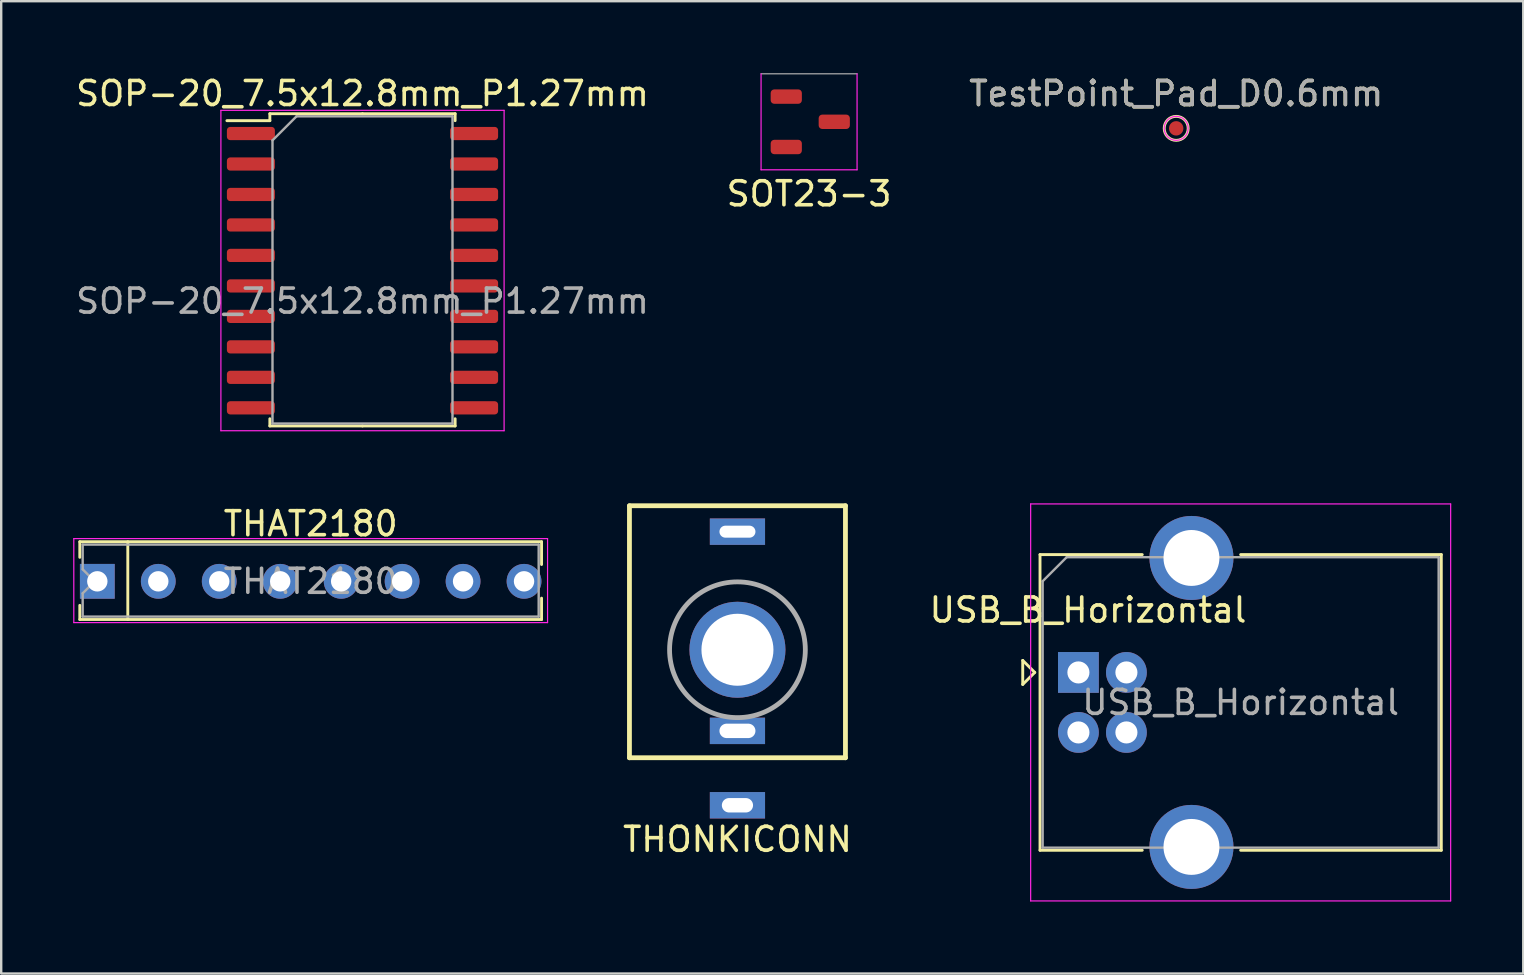
<source format=kicad_pcb>
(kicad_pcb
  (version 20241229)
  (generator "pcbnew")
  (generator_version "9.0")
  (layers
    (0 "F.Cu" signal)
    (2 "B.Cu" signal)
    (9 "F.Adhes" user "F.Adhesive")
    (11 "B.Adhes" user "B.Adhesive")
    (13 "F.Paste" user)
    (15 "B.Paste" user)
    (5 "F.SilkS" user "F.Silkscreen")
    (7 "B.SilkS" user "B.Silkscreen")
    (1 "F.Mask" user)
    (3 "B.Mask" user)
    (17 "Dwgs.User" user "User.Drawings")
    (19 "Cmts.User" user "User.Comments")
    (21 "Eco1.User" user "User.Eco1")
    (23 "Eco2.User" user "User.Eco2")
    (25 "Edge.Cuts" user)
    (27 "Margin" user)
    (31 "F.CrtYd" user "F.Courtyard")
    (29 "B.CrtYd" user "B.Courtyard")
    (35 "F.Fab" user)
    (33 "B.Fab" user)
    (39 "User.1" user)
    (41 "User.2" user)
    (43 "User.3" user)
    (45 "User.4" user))
  (footprint "SOP-20_7.5x12.8mm_P1.27mm"
    (layer "F.Cu")
    (at 12.054 9.498)
    (property "Reference" "SOP-20_7.5x12.8mm_P1.27mm" (at 0 -8.65 0) (layer "F.SilkS") (effects (font (size 1 1) (thickness 0.15))))
    (attr smd)
    (fp_line (start -3.86 -7.81) (end -3.86 -7.52) (stroke (width 0.12) (type solid)) (layer "F.SilkS"))
    (fp_line (start -3.86 -7.52) (end -5.65 -7.52) (stroke (width 0.12) (type solid)) (layer "F.SilkS"))
    (fp_line (start -3.86 5.2) (end -3.86 4.9) (stroke (width 0.12) (type solid)) (layer "F.SilkS"))
    (fp_line (start 0 -7.81) (end -3.86 -7.81) (stroke (width 0.12) (type solid)) (layer "F.SilkS"))
    (fp_line (start 0 -7.81) (end 3.86 -7.81) (stroke (width 0.12) (type solid)) (layer "F.SilkS"))
    (fp_line (start 0 5.2) (end -3.86 5.2) (stroke (width 0.12) (type solid)) (layer "F.SilkS"))
    (fp_line (start 0 5.2) (end 3.86 5.2) (stroke (width 0.12) (type solid)) (layer "F.SilkS"))
    (fp_line (start 3.86 -7.81) (end 3.86 -7.52) (stroke (width 0.12) (type solid)) (layer "F.SilkS"))
    (fp_line (start 3.86 5.2) (end 3.86 4.9) (stroke (width 0.12) (type solid)) (layer "F.SilkS"))
    (fp_line (start -5.9 -7.95) (end -5.9 5.4) (stroke (width 0.05) (type solid)) (layer "F.CrtYd"))
    (fp_line (start -5.9 5.4) (end 5.9 5.4) (stroke (width 0.05) (type solid)) (layer "F.CrtYd"))
    (fp_line (start 5.9 -7.95) (end -5.9 -7.95) (stroke (width 0.05) (type solid)) (layer "F.CrtYd"))
    (fp_line (start 5.9 5.4) (end 5.9 -7.95) (stroke (width 0.05) (type solid)) (layer "F.CrtYd"))
    (fp_line (start -3.75 -6.7) (end -2.75 -7.7) (stroke (width 0.1) (type solid)) (layer "F.Fab"))
    (fp_line (start -3.75 5.1) (end -3.75 -6.7) (stroke (width 0.1) (type solid)) (layer "F.Fab"))
    (fp_line (start -2.75 -7.7) (end 3.75 -7.7) (stroke (width 0.1) (type solid)) (layer "F.Fab"))
    (fp_line (start 3.75 -7.7) (end 3.75 5.1) (stroke (width 0.1) (type solid)) (layer "F.Fab"))
    (fp_line (start 3.75 5.1) (end -3.75 5.1) (stroke (width 0.1) (type solid)) (layer "F.Fab"))
    (fp_text user "${REFERENCE}" (at 0 0 0) (layer "F.Fab") (effects (font (size 1 1) (thickness 0.15))))
    (pad "1" smd roundrect (at -4.65 -6.985) (size 2 0.55) (layers "F.Cu" "F.Mask" "F.Paste") (roundrect_rratio 0.25))
    (pad "2" smd roundrect (at -4.65 -5.715) (size 2 0.55) (layers "F.Cu" "F.Mask" "F.Paste") (roundrect_rratio 0.25))
    (pad "3" smd roundrect (at -4.65 -4.445) (size 2 0.55) (layers "F.Cu" "F.Mask" "F.Paste") (roundrect_rratio 0.25))
    (pad "4" smd roundrect (at -4.65 -3.175) (size 2 0.55) (layers "F.Cu" "F.Mask" "F.Paste") (roundrect_rratio 0.25))
    (pad "5" smd roundrect (at -4.65 -1.905) (size 2 0.55) (layers "F.Cu" "F.Mask" "F.Paste") (roundrect_rratio 0.25))
    (pad "6" smd roundrect (at -4.65 -0.635) (size 2 0.55) (layers "F.Cu" "F.Mask" "F.Paste") (roundrect_rratio 0.25))
    (pad "7" smd roundrect (at -4.65 0.635) (size 2 0.55) (layers "F.Cu" "F.Mask" "F.Paste") (roundrect_rratio 0.25))
    (pad "8" smd roundrect (at -4.65 1.905) (size 2 0.55) (layers "F.Cu" "F.Mask" "F.Paste") (roundrect_rratio 0.25))
    (pad "9" smd roundrect (at -4.65 3.175) (size 2 0.55) (layers "F.Cu" "F.Mask" "F.Paste") (roundrect_rratio 0.25))
    (pad "10" smd roundrect (at -4.65 4.445) (size 2 0.55) (layers "F.Cu" "F.Mask" "F.Paste") (roundrect_rratio 0.25))
    (pad "11" smd roundrect (at 4.65 4.445) (size 2 0.55) (layers "F.Cu" "F.Mask" "F.Paste") (roundrect_rratio 0.25))
    (pad "12" smd roundrect (at 4.65 3.175) (size 2 0.55) (layers "F.Cu" "F.Mask" "F.Paste") (roundrect_rratio 0.25))
    (pad "13" smd roundrect (at 4.65 1.905) (size 2 0.55) (layers "F.Cu" "F.Mask" "F.Paste") (roundrect_rratio 0.25))
    (pad "14" smd roundrect (at 4.65 0.635) (size 2 0.55) (layers "F.Cu" "F.Mask" "F.Paste") (roundrect_rratio 0.25))
    (pad "15" smd roundrect (at 4.65 -0.635) (size 2 0.55) (layers "F.Cu" "F.Mask" "F.Paste") (roundrect_rratio 0.25))
    (pad "16" smd roundrect (at 4.65 -1.905) (size 2 0.55) (layers "F.Cu" "F.Mask" "F.Paste") (roundrect_rratio 0.25))
    (pad "17" smd roundrect (at 4.65 -3.175) (size 2 0.55) (layers "F.Cu" "F.Mask" "F.Paste") (roundrect_rratio 0.25))
    (pad "18" smd roundrect (at 4.65 -4.445) (size 2 0.55) (layers "F.Cu" "F.Mask" "F.Paste") (roundrect_rratio 0.25))
    (pad "19" smd roundrect (at 4.65 -5.715) (size 2 0.55) (layers "F.Cu" "F.Mask" "F.Paste") (roundrect_rratio 0.25))
    (pad "20" smd roundrect (at 4.65 -6.985) (size 2 0.55) (layers "F.Cu" "F.Mask" "F.Paste") (roundrect_rratio 0.25)))
  (footprint "TestPoint_Pad_D0.6mm"
    (layer "F.Cu")
    (at 45.958 2.298)
    (property "Reference" "TestPoint_Pad_D0.6mm" (at 0 -1.448 0) (layer "F.SilkS") (effects (font (size 1 1) (thickness 0.15))))
    (attr exclude_from_pos_files exclude_from_bom)
    (fp_circle (center 0 0) (end 0.5 0) (stroke (width 0.12) (type solid)) (fill no) (layer "F.SilkS"))
    (fp_circle (center 0 0) (end 0.5 0) (stroke (width 0.05) (type solid)) (fill no) (layer "F.CrtYd"))
    (fp_text user "${REFERENCE}" (at 0 -1.45 0) (layer "F.Fab") (effects (font (size 1 1) (thickness 0.15))))
    (pad "1" smd circle (at 0 0) (size 0.6 0.6) (layers "F.Cu" "F.Mask")))
  (footprint "THAT2180"
    (layer "F.Cu")
    (at 1.005 21.172)
    (property "Reference" "THAT2180" (at 8.89 -2.4 0) (layer "F.SilkS") (effects (font (size 1 1) (thickness 0.15))))
    (attr through_hole)
    (fp_line (start -0.73 -1.65) (end -0.73 -1) (stroke (width 0.12) (type solid)) (layer "F.SilkS"))
    (fp_line (start -0.73 1.59) (end -0.73 1) (stroke (width 0.12) (type solid)) (layer "F.SilkS"))
    (fp_line (start 1.27 1.59) (end 1.27 -1.65) (stroke (width 0.12) (type solid)) (layer "F.SilkS"))
    (fp_line (start 18.51 -1.65) (end -0.73 -1.65) (stroke (width 0.12) (type solid)) (layer "F.SilkS"))
    (fp_line (start 18.51 -1.65) (end 18.51 -0.7) (stroke (width 0.12) (type solid)) (layer "F.SilkS"))
    (fp_line (start 18.51 1.59) (end -0.73 1.59) (stroke (width 0.12) (type solid)) (layer "F.SilkS"))
    (fp_line (start 18.51 1.59) (end 18.51 0.7) (stroke (width 0.12) (type solid)) (layer "F.SilkS"))
    (fp_line (start -0.98 -1.78) (end 18.76 -1.78) (stroke (width 0.05) (type solid)) (layer "F.CrtYd"))
    (fp_line (start -0.98 1.72) (end -0.98 -1.78) (stroke (width 0.05) (type solid)) (layer "F.CrtYd"))
    (fp_line (start 18.76 -1.78) (end 18.76 1.72) (stroke (width 0.05) (type solid)) (layer "F.CrtYd"))
    (fp_line (start 18.76 1.72) (end -0.98 1.72) (stroke (width 0.05) (type solid)) (layer "F.CrtYd"))
    (fp_line (start -0.61 -1.53) (end -0.61 -0.5) (stroke (width 0.1) (type solid)) (layer "F.Fab"))
    (fp_line (start -0.61 -0.5) (end -0.11 0) (stroke (width 0.1) (type solid)) (layer "F.Fab"))
    (fp_line (start -0.61 0.5) (end -0.61 1.47) (stroke (width 0.1) (type solid)) (layer "F.Fab"))
    (fp_line (start -0.11 0) (end -0.61 0.5) (stroke (width 0.1) (type solid)) (layer "F.Fab"))
    (fp_line (start 18.39 -1.53) (end -0.61 -1.53) (stroke (width 0.1) (type solid)) (layer "F.Fab"))
    (fp_line (start 18.39 -1.53) (end 18.39 1.47) (stroke (width 0.1) (type solid)) (layer "F.Fab"))
    (fp_line (start 18.39 1.47) (end -0.61 1.47) (stroke (width 0.1) (type solid)) (layer "F.Fab"))
    (fp_text user "${REFERENCE}" (at 8.89 0 0) (layer "F.Fab") (effects (font (size 1 1) (thickness 0.15))))
    (pad "1" thru_hole rect (at 0 0 90) (size 1.45 1.45) (drill 0.85) (layers "*.Cu" "*.Mask"))
    (pad "2" thru_hole circle (at 2.54 0 90) (size 1.45 1.45) (drill 0.85) (layers "*.Cu" "*.Mask"))
    (pad "3" thru_hole circle (at 5.08 0 90) (size 1.45 1.45) (drill 0.85) (layers "*.Cu" "*.Mask"))
    (pad "4" thru_hole circle (at 7.62 0 90) (size 1.45 1.45) (drill 0.85) (layers "*.Cu" "*.Mask"))
    (pad "5" thru_hole circle (at 10.16 0 90) (size 1.45 1.45) (drill 0.85) (layers "*.Cu" "*.Mask"))
    (pad "6" thru_hole circle (at 12.7 0 90) (size 1.45 1.45) (drill 0.85) (layers "*.Cu" "*.Mask"))
    (pad "7" thru_hole circle (at 15.24 0 90) (size 1.45 1.45) (drill 0.85) (layers "*.Cu" "*.Mask"))
    (pad "8" thru_hole circle (at 17.78 0 90) (size 1.45 1.45) (drill 0.85) (layers "*.Cu" "*.Mask")))
  (footprint "THONKICONN"
    (layer "F.Cu")
    (at 27.677 24.023)
    (property "Reference" "THONKICONN" (at 0 7.9 0) (layer "F.SilkS") (effects (font (size 1 1) (thickness 0.15))))
    (attr through_hole)
    (fp_line (start -4.5 -6) (end -4.5 4.5) (stroke (width 0.2) (type solid)) (layer "F.SilkS"))
    (fp_line (start -4.5 4.5) (end 4.5 4.5) (stroke (width 0.2) (type solid)) (layer "F.SilkS"))
    (fp_line (start 4.5 -6) (end -4.5 -6) (stroke (width 0.2) (type solid)) (layer "F.SilkS"))
    (fp_line (start 4.5 4.5) (end 4.5 -6) (stroke (width 0.2) (type solid)) (layer "F.SilkS"))
    (fp_circle (center 0 0) (end -2 -2) (stroke (width 0.2) (type solid)) (fill no) (layer "F.Fab"))
    (pad "" np_thru_hole circle (at 0 0) (size 4 4) (drill 3) (layers "*.Cu" "*.Mask"))
    (pad "1" thru_hole rect (at 0 6.48) (size 2.3 1.1) (drill oval 1.3 0.6) (layers "*.Cu" "*.Mask"))
    (pad "2" thru_hole rect (at 0 3.38) (size 2.3 1.1) (drill oval 1.5 0.6) (layers "*.Cu" "*.Mask"))
    (pad "3" thru_hole rect (at 0 -4.92) (size 2.3 1.1) (drill oval 1.5 0.5) (layers "*.Cu" "*.Mask")))
  (footprint "SOT23-3"
    (layer "F.Cu")
    (at 30.661 2.025)
    (property "Reference" "SOT23-3" (at 0 3 0) (layer "F.SilkS") (effects (font (size 1 1) (thickness 0.15))))
    (attr through_hole)
    (fp_line (start -2 -2) (end -2 2) (stroke (width 0.05) (type solid)) (layer "F.CrtYd"))
    (fp_line (start -2 2) (end 2 2) (stroke (width 0.05) (type solid)) (layer "F.CrtYd"))
    (fp_line (start 2 2) (end 2 -2) (stroke (width 0.05) (type solid)) (layer "F.CrtYd"))
    (fp_line (start 2 -2) (end -2 -2) (stroke (width 0.05) (type solid)) (layer "F.Fab"))
    (pad "1" smd roundrect (at -0.95 -1.05) (size 1.3 0.6) (layers "F.Cu" "F.Mask" "F.Paste") (roundrect_rratio 0.25))
    (pad "2" smd roundrect (at -0.95 1.05) (size 1.3 0.6) (layers "F.Cu" "F.Mask" "F.Paste") (roundrect_rratio 0.25))
    (pad "3" smd roundrect (at 1.05 0) (size 1.3 0.6) (layers "F.Cu" "F.Mask" "F.Paste") (roundrect_rratio 0.25)))
  (footprint "USB_B_Horizontal"
    (layer "F.Cu")
    (at 41.884 24.968)
    (property "Reference" "USB_B_Horizontal" (at 0.4 -2.6 0) (layer "F.SilkS") (effects (font (size 1 1) (thickness 0.15))))
    (attr through_hole)
    (fp_line (start -2.32 -0.5) (end -2.32 0.5) (stroke (width 0.12) (type solid)) (layer "F.SilkS"))
    (fp_line (start -2.32 0.5) (end -1.82 0) (stroke (width 0.12) (type solid)) (layer "F.SilkS"))
    (fp_line (start -1.82 0) (end -2.32 -0.5) (stroke (width 0.12) (type solid)) (layer "F.SilkS"))
    (fp_line (start -1.6 -4.91) (end -1.6 7.41) (stroke (width 0.12) (type solid)) (layer "F.SilkS"))
    (fp_line (start -1.6 7.41) (end 2.66 7.41) (stroke (width 0.12) (type solid)) (layer "F.SilkS"))
    (fp_line (start 2.66 -4.91) (end -1.6 -4.91) (stroke (width 0.12) (type solid)) (layer "F.SilkS"))
    (fp_line (start 6.76 -4.91) (end 15.12 -4.91) (stroke (width 0.12) (type solid)) (layer "F.SilkS"))
    (fp_line (start 15.12 -4.91) (end 15.12 7.41) (stroke (width 0.12) (type solid)) (layer "F.SilkS"))
    (fp_line (start 15.12 7.41) (end 6.76 7.41) (stroke (width 0.12) (type solid)) (layer "F.SilkS"))
    (fp_line (start -1.99 -7.02) (end -1.99 9.52) (stroke (width 0.05) (type solid)) (layer "F.CrtYd"))
    (fp_line (start -1.99 9.52) (end 15.51 9.52) (stroke (width 0.05) (type solid)) (layer "F.CrtYd"))
    (fp_line (start 15.51 -7.02) (end -1.99 -7.02) (stroke (width 0.05) (type solid)) (layer "F.CrtYd"))
    (fp_line (start 15.51 9.52) (end 15.51 -7.02) (stroke (width 0.05) (type solid)) (layer "F.CrtYd"))
    (fp_line (start -1.49 -3.8) (end -0.49 -4.8) (stroke (width 0.1) (type solid)) (layer "F.Fab"))
    (fp_line (start -1.49 7.3) (end -1.49 -3.8) (stroke (width 0.1) (type solid)) (layer "F.Fab"))
    (fp_line (start -0.49 -4.8) (end 15.01 -4.8) (stroke (width 0.1) (type solid)) (layer "F.Fab"))
    (fp_line (start 15.01 -4.8) (end 15.01 7.3) (stroke (width 0.1) (type solid)) (layer "F.Fab"))
    (fp_line (start 15.01 7.3) (end -1.49 7.3) (stroke (width 0.1) (type solid)) (layer "F.Fab"))
    (fp_text user "${REFERENCE}" (at 6.76 1.25 0) (layer "F.Fab") (effects (font (size 1 1) (thickness 0.15))))
    (pad "1" thru_hole rect (at 0 0) (size 1.7 1.7) (drill 0.92) (layers "*.Cu" "*.Mask"))
    (pad "2" thru_hole circle (at 0 2.5) (size 1.7 1.7) (drill 0.92) (layers "*.Cu" "*.Mask"))
    (pad "3" thru_hole circle (at 2 2.5) (size 1.7 1.7) (drill 0.92) (layers "*.Cu" "*.Mask"))
    (pad "4" thru_hole circle (at 2 0) (size 1.7 1.7) (drill 0.92) (layers "*.Cu" "*.Mask"))
    (pad "5" thru_hole circle (at 4.71 -4.77) (size 3.5 3.5) (drill 2.33) (layers "*.Cu" "*.Mask"))
    (pad "5" thru_hole circle (at 4.71 7.27) (size 3.5 3.5) (drill 2.33) (layers "*.Cu" "*.Mask")))
  (gr_rect
    (start -3 -3)
    (end 60.419 37.513)
    (stroke (width 0.1) (type default))
    (fill no)
    (layer "Edge.Cuts")))
</source>
